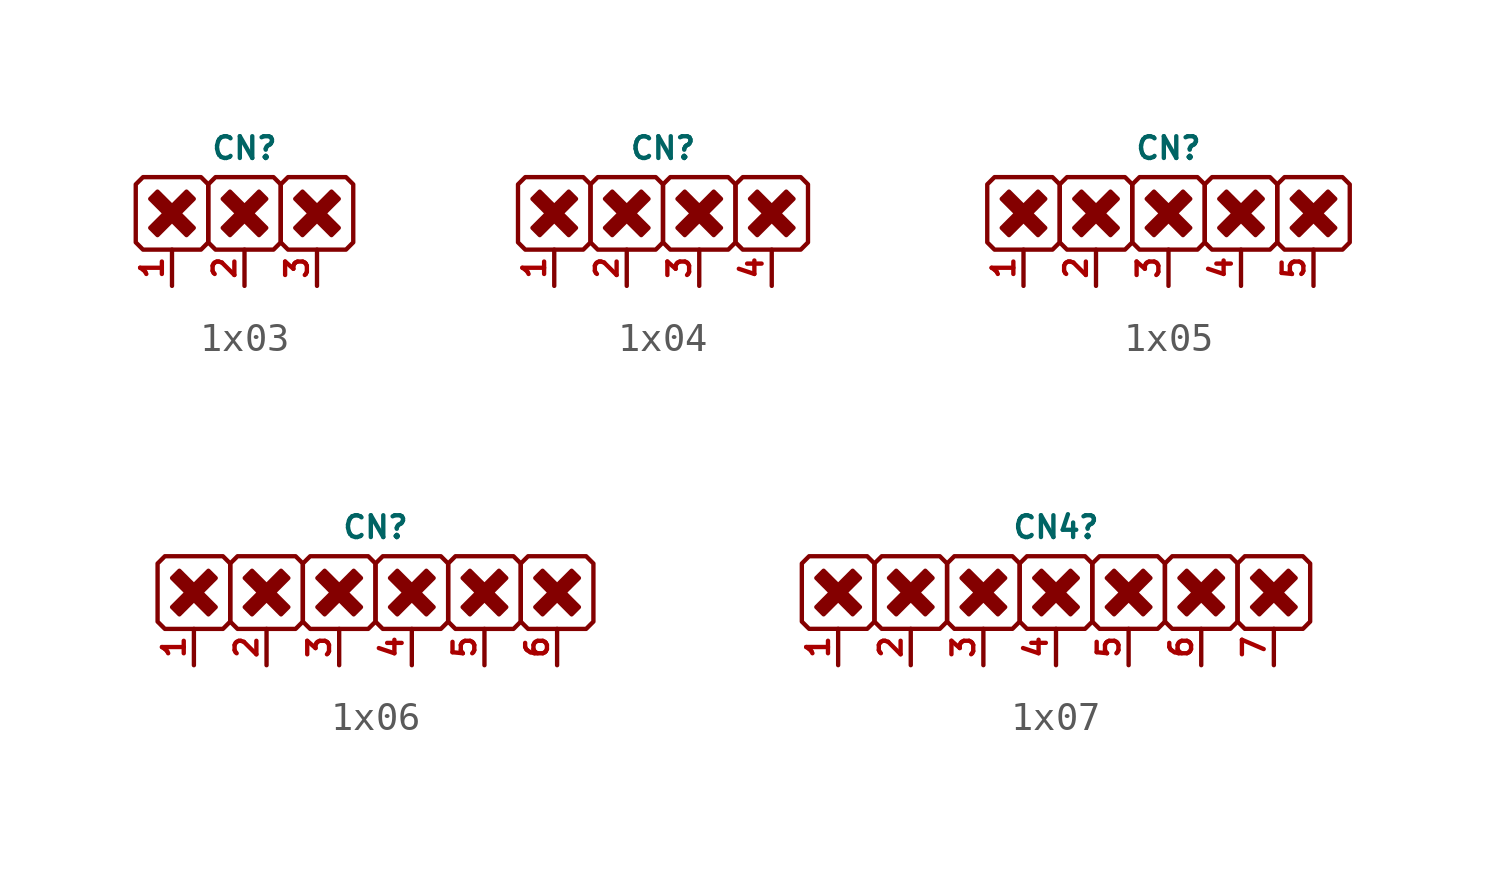
<source format=kicad_sym>
(kicad_symbol_lib
  (version 20220914)
  (generator kicad_symbol_editor)
  (symbol "1x03"
    (pin_names
      (offset 0) hide)
    (property "Reference" "CN"
      (at 0 4.826 0)
      (effects (font (size 0.762 0.762))))
    (symbol "1x03_0_1"
      (polyline (pts (xy -2.54 1.27) (xy -3.556 1.27) (xy -3.81 1.524) (xy -3.81 3.556) (xy -3.556 3.81) (xy -1.524 3.81) (xy -1.27 3.556) (xy -1.27 1.524) (xy -1.524 1.27) (xy -2.54 1.27)) (stroke (width 0) (type solid)) (fill (type none)))
      (polyline (pts (xy 0 1.27) (xy -1.016 1.27) (xy -1.27 1.524) (xy -1.27 3.556) (xy -1.016 3.81) (xy 1.016 3.81) (xy 1.27 3.556) (xy 1.27 1.524) (xy 1.016 1.27) (xy 0 1.27)) (stroke (width 0) (type solid)) (fill (type none)))
      (polyline (pts (xy 2.54 1.27) (xy 1.524 1.27) (xy 1.27 1.524) (xy 1.27 3.556) (xy 1.524 3.81) (xy 3.556 3.81) (xy 3.81 3.556) (xy 3.81 1.524) (xy 3.556 1.27) (xy 2.54 1.27)) (stroke (width 0) (type solid)) (fill (type none)))
      (polyline (pts (xy -3.048 1.778) (xy -3.302 2.032) (xy -2.794 2.54) (xy -3.302 3.048) (xy -3.048 3.302) (xy -2.54 2.794) (xy -2.032 3.302) (xy -1.778 3.048) (xy -2.286 2.54) (xy -1.778 2.032) (xy -2.032 1.778) (xy -2.54 2.286) (xy -3.048 1.778)) (stroke (width 0) (type solid)) (fill (type outline)))
      (polyline (pts (xy -0.508 1.778) (xy -0.762 2.032) (xy -0.254 2.54) (xy -0.762 3.048) (xy -0.508 3.302) (xy 0 2.794) (xy 0.508 3.302) (xy 0.762 3.048) (xy 0.254 2.54) (xy 0.762 2.032) (xy 0.508 1.778) (xy 0 2.286) (xy -0.508 1.778)) (stroke (width 0) (type solid)) (fill (type outline)))
      (polyline (pts (xy 2.032 1.778) (xy 1.778 2.032) (xy 2.286 2.54) (xy 1.778 3.048) (xy 2.032 3.302) (xy 2.54 2.794) (xy 3.048 3.302) (xy 3.302 3.048) (xy 2.794 2.54) (xy 3.302 2.032) (xy 3.048 1.778) (xy 2.54 2.286) (xy 2.032 1.778)) (stroke (width 0) (type solid)) (fill (type outline))))
    (symbol "1x03_1_1"
      (pin passive line (at -2.54 0 90) (length 1.27) (name "1" (effects (font (size 0.762 0.762)))) (number "1" (effects (font (size 0.762 0.762)))))
      (pin passive line (at 0 0 90) (length 1.27) (name "2" (effects (font (size 0.762 0.762)))) (number "2" (effects (font (size 0.762 0.762)))))
      (pin passive line (at 2.54 0 90) (length 1.27) (name "3" (effects (font (size 0.762 0.762)))) (number "3" (effects (font (size 0.762 0.762)))))))
  (symbol "1x04"
    (pin_names
      (offset 0) hide)
    (property "Reference" "CN"
      (at 0 4.826 0)
      (effects (font (size 0.762 0.762))))
    (symbol "1x04_0_1"
      (polyline (pts (xy -3.81 1.27) (xy -4.826 1.27) (xy -5.08 1.524) (xy -5.08 3.556) (xy -4.826 3.81) (xy -2.794 3.81) (xy -2.54 3.556) (xy -2.54 1.524) (xy -2.794 1.27) (xy -3.81 1.27)) (stroke (width 0) (type solid)) (fill (type none)))
      (polyline (pts (xy -1.27 1.27) (xy -2.286 1.27) (xy -2.54 1.524) (xy -2.54 3.556) (xy -2.286 3.81) (xy -0.254 3.81) (xy 0 3.556) (xy 0 1.524) (xy -0.254 1.27) (xy -1.27 1.27)) (stroke (width 0) (type solid)) (fill (type none)))
      (polyline (pts (xy 1.27 1.27) (xy 0.254 1.27) (xy 0 1.524) (xy 0 3.556) (xy 0.254 3.81) (xy 2.286 3.81) (xy 2.54 3.556) (xy 2.54 1.524) (xy 2.286 1.27) (xy 1.27 1.27)) (stroke (width 0) (type solid)) (fill (type none)))
      (polyline (pts (xy 3.81 1.27) (xy 2.794 1.27) (xy 2.54 1.524) (xy 2.54 3.556) (xy 2.794 3.81) (xy 4.826 3.81) (xy 5.08 3.556) (xy 5.08 1.524) (xy 4.826 1.27) (xy 3.81 1.27)) (stroke (width 0) (type solid)) (fill (type none)))
      (polyline (pts (xy -4.318 1.778) (xy -4.572 2.032) (xy -4.064 2.54) (xy -4.572 3.048) (xy -4.318 3.302) (xy -3.81 2.794) (xy -3.302 3.302) (xy -3.048 3.048) (xy -3.556 2.54) (xy -3.048 2.032) (xy -3.302 1.778) (xy -3.81 2.286) (xy -4.318 1.778)) (stroke (width 0) (type solid)) (fill (type outline)))
      (polyline (pts (xy -1.778 1.778) (xy -2.032 2.032) (xy -1.524 2.54) (xy -2.032 3.048) (xy -1.778 3.302) (xy -1.27 2.794) (xy -0.762 3.302) (xy -0.508 3.048) (xy -1.016 2.54) (xy -0.508 2.032) (xy -0.762 1.778) (xy -1.27 2.286) (xy -1.778 1.778)) (stroke (width 0) (type solid)) (fill (type outline)))
      (polyline (pts (xy 0.762 1.778) (xy 0.508 2.032) (xy 1.016 2.54) (xy 0.508 3.048) (xy 0.762 3.302) (xy 1.27 2.794) (xy 1.778 3.302) (xy 2.032 3.048) (xy 1.524 2.54) (xy 2.032 2.032) (xy 1.778 1.778) (xy 1.27 2.286) (xy 0.762 1.778)) (stroke (width 0) (type solid)) (fill (type outline)))
      (polyline (pts (xy 3.302 1.778) (xy 3.048 2.032) (xy 3.556 2.54) (xy 3.048 3.048) (xy 3.302 3.302) (xy 3.81 2.794) (xy 4.318 3.302) (xy 4.572 3.048) (xy 4.064 2.54) (xy 4.572 2.032) (xy 4.318 1.778) (xy 3.81 2.286) (xy 3.302 1.778)) (stroke (width 0) (type solid)) (fill (type outline))))
    (symbol "1x04_1_1"
      (pin passive line (at -3.81 0 90) (length 1.27) (name "1" (effects (font (size 0.762 0.762)))) (number "1" (effects (font (size 0.762 0.762)))))
      (pin passive line (at -1.27 0 90) (length 1.27) (name "2" (effects (font (size 0.762 0.762)))) (number "2" (effects (font (size 0.762 0.762)))))
      (pin passive line (at 1.27 0 90) (length 1.27) (name "3" (effects (font (size 0.762 0.762)))) (number "3" (effects (font (size 0.762 0.762)))))
      (pin passive line (at 3.81 0 90) (length 1.27) (name "4" (effects (font (size 0.762 0.762)))) (number "4" (effects (font (size 0.762 0.762)))))))
  (symbol "1x05"
    (pin_names
      (offset 0) hide)
    (property "Reference" "CN"
      (at 0 4.826 0)
      (effects (font (size 0.762 0.762))))
    (symbol "1x05_0_1"
      (polyline (pts (xy -5.08 1.27) (xy -6.096 1.27) (xy -6.35 1.524) (xy -6.35 3.556) (xy -6.096 3.81) (xy -4.064 3.81) (xy -3.81 3.556) (xy -3.81 1.524) (xy -4.064 1.27) (xy -5.08 1.27)) (stroke (width 0) (type solid)) (fill (type none)))
      (polyline (pts (xy -2.54 1.27) (xy -3.556 1.27) (xy -3.81 1.524) (xy -3.81 3.556) (xy -3.556 3.81) (xy -1.524 3.81) (xy -1.27 3.556) (xy -1.27 1.524) (xy -1.524 1.27) (xy -2.54 1.27)) (stroke (width 0) (type solid)) (fill (type none)))
      (polyline (pts (xy 0 1.27) (xy -1.016 1.27) (xy -1.27 1.524) (xy -1.27 3.556) (xy -1.016 3.81) (xy 1.016 3.81) (xy 1.27 3.556) (xy 1.27 1.524) (xy 1.016 1.27) (xy 0 1.27)) (stroke (width 0) (type solid)) (fill (type none)))
      (polyline (pts (xy 2.54 1.27) (xy 1.524 1.27) (xy 1.27 1.524) (xy 1.27 3.556) (xy 1.524 3.81) (xy 3.556 3.81) (xy 3.81 3.556) (xy 3.81 1.524) (xy 3.556 1.27) (xy 2.54 1.27)) (stroke (width 0) (type solid)) (fill (type none)))
      (polyline (pts (xy 5.08 1.27) (xy 4.064 1.27) (xy 3.81 1.524) (xy 3.81 3.556) (xy 4.064 3.81) (xy 6.096 3.81) (xy 6.35 3.556) (xy 6.35 1.524) (xy 6.096 1.27) (xy 5.08 1.27)) (stroke (width 0) (type solid)) (fill (type none)))
      (polyline (pts (xy -5.588 1.778) (xy -5.842 2.032) (xy -5.334 2.54) (xy -5.842 3.048) (xy -5.588 3.302) (xy -5.08 2.794) (xy -4.572 3.302) (xy -4.318 3.048) (xy -4.826 2.54) (xy -4.318 2.032) (xy -4.572 1.778) (xy -5.08 2.286) (xy -5.588 1.778)) (stroke (width 0) (type solid)) (fill (type outline)))
      (polyline (pts (xy -3.048 1.778) (xy -3.302 2.032) (xy -2.794 2.54) (xy -3.302 3.048) (xy -3.048 3.302) (xy -2.54 2.794) (xy -2.032 3.302) (xy -1.778 3.048) (xy -2.286 2.54) (xy -1.778 2.032) (xy -2.032 1.778) (xy -2.54 2.286) (xy -3.048 1.778)) (stroke (width 0) (type solid)) (fill (type outline)))
      (polyline (pts (xy -0.508 1.778) (xy -0.762 2.032) (xy -0.254 2.54) (xy -0.762 3.048) (xy -0.508 3.302) (xy 0 2.794) (xy 0.508 3.302) (xy 0.762 3.048) (xy 0.254 2.54) (xy 0.762 2.032) (xy 0.508 1.778) (xy 0 2.286) (xy -0.508 1.778)) (stroke (width 0) (type solid)) (fill (type outline)))
      (polyline (pts (xy 2.032 1.778) (xy 1.778 2.032) (xy 2.286 2.54) (xy 1.778 3.048) (xy 2.032 3.302) (xy 2.54 2.794) (xy 3.048 3.302) (xy 3.302 3.048) (xy 2.794 2.54) (xy 3.302 2.032) (xy 3.048 1.778) (xy 2.54 2.286) (xy 2.032 1.778)) (stroke (width 0) (type solid)) (fill (type outline)))
      (polyline (pts (xy 4.572 1.778) (xy 4.318 2.032) (xy 4.826 2.54) (xy 4.318 3.048) (xy 4.572 3.302) (xy 5.08 2.794) (xy 5.588 3.302) (xy 5.842 3.048) (xy 5.334 2.54) (xy 5.842 2.032) (xy 5.588 1.778) (xy 5.08 2.286) (xy 4.572 1.778)) (stroke (width 0) (type solid)) (fill (type outline))))
    (symbol "1x05_1_1"
      (pin passive line (at -5.08 0 90) (length 1.27) (name "1" (effects (font (size 0.762 0.762)))) (number "1" (effects (font (size 0.762 0.762)))))
      (pin passive line (at -2.54 0 90) (length 1.27) (name "2" (effects (font (size 0.762 0.762)))) (number "2" (effects (font (size 0.762 0.762)))))
      (pin passive line (at 0 0 90) (length 1.27) (name "3" (effects (font (size 0.762 0.762)))) (number "3" (effects (font (size 0.762 0.762)))))
      (pin passive line (at 2.54 0 90) (length 1.27) (name "4" (effects (font (size 0.762 0.762)))) (number "4" (effects (font (size 0.762 0.762)))))
      (pin passive line (at 5.08 0 90) (length 1.27) (name "5" (effects (font (size 0.762 0.762)))) (number "5" (effects (font (size 0.762 0.762)))))))
  (symbol "1x06"
    (pin_names
      (offset 0) hide)
    (property "Reference" "CN"
      (at 0 4.826 0)
      (effects (font (size 0.762 0.762))))
    (symbol "1x06_0_1"
      (polyline (pts (xy -6.35 1.27) (xy -7.366 1.27) (xy -7.62 1.524) (xy -7.62 3.556) (xy -7.366 3.81) (xy -5.334 3.81) (xy -5.08 3.556) (xy -5.08 1.524) (xy -5.334 1.27) (xy -6.35 1.27)) (stroke (width 0) (type solid)) (fill (type none)))
      (polyline (pts (xy -3.81 1.27) (xy -4.826 1.27) (xy -5.08 1.524) (xy -5.08 3.556) (xy -4.826 3.81) (xy -2.794 3.81) (xy -2.54 3.556) (xy -2.54 1.524) (xy -2.794 1.27) (xy -3.81 1.27)) (stroke (width 0) (type solid)) (fill (type none)))
      (polyline (pts (xy -1.27 1.27) (xy -2.286 1.27) (xy -2.54 1.524) (xy -2.54 3.556) (xy -2.286 3.81) (xy -0.254 3.81) (xy 0 3.556) (xy 0 1.524) (xy -0.254 1.27) (xy -1.27 1.27)) (stroke (width 0) (type solid)) (fill (type none)))
      (polyline (pts (xy 1.27 1.27) (xy 0.254 1.27) (xy 0 1.524) (xy 0 3.556) (xy 0.254 3.81) (xy 2.286 3.81) (xy 2.54 3.556) (xy 2.54 1.524) (xy 2.286 1.27) (xy 1.27 1.27)) (stroke (width 0) (type solid)) (fill (type none)))
      (polyline (pts (xy 3.81 1.27) (xy 2.794 1.27) (xy 2.54 1.524) (xy 2.54 3.556) (xy 2.794 3.81) (xy 4.826 3.81) (xy 5.08 3.556) (xy 5.08 1.524) (xy 4.826 1.27) (xy 3.81 1.27)) (stroke (width 0) (type solid)) (fill (type none)))
      (polyline (pts (xy 6.35 1.27) (xy 5.334 1.27) (xy 5.08 1.524) (xy 5.08 3.556) (xy 5.334 3.81) (xy 7.366 3.81) (xy 7.62 3.556) (xy 7.62 1.524) (xy 7.366 1.27) (xy 6.35 1.27)) (stroke (width 0) (type solid)) (fill (type none)))
      (polyline (pts (xy -6.858 1.778) (xy -7.112 2.032) (xy -6.604 2.54) (xy -7.112 3.048) (xy -6.858 3.302) (xy -6.35 2.794) (xy -5.842 3.302) (xy -5.588 3.048) (xy -6.096 2.54) (xy -5.588 2.032) (xy -5.842 1.778) (xy -6.35 2.286) (xy -6.858 1.778)) (stroke (width 0) (type solid)) (fill (type outline)))
      (polyline (pts (xy -4.318 1.778) (xy -4.572 2.032) (xy -4.064 2.54) (xy -4.572 3.048) (xy -4.318 3.302) (xy -3.81 2.794) (xy -3.302 3.302) (xy -3.048 3.048) (xy -3.556 2.54) (xy -3.048 2.032) (xy -3.302 1.778) (xy -3.81 2.286) (xy -4.318 1.778)) (stroke (width 0) (type solid)) (fill (type outline)))
      (polyline (pts (xy -1.778 1.778) (xy -2.032 2.032) (xy -1.524 2.54) (xy -2.032 3.048) (xy -1.778 3.302) (xy -1.27 2.794) (xy -0.762 3.302) (xy -0.508 3.048) (xy -1.016 2.54) (xy -0.508 2.032) (xy -0.762 1.778) (xy -1.27 2.286) (xy -1.778 1.778)) (stroke (width 0) (type solid)) (fill (type outline)))
      (polyline (pts (xy 0.762 1.778) (xy 0.508 2.032) (xy 1.016 2.54) (xy 0.508 3.048) (xy 0.762 3.302) (xy 1.27 2.794) (xy 1.778 3.302) (xy 2.032 3.048) (xy 1.524 2.54) (xy 2.032 2.032) (xy 1.778 1.778) (xy 1.27 2.286) (xy 0.762 1.778)) (stroke (width 0) (type solid)) (fill (type outline)))
      (polyline (pts (xy 3.302 1.778) (xy 3.048 2.032) (xy 3.556 2.54) (xy 3.048 3.048) (xy 3.302 3.302) (xy 3.81 2.794) (xy 4.318 3.302) (xy 4.572 3.048) (xy 4.064 2.54) (xy 4.572 2.032) (xy 4.318 1.778) (xy 3.81 2.286) (xy 3.302 1.778)) (stroke (width 0) (type solid)) (fill (type outline)))
      (polyline (pts (xy 5.842 1.778) (xy 5.588 2.032) (xy 6.096 2.54) (xy 5.588 3.048) (xy 5.842 3.302) (xy 6.35 2.794) (xy 6.858 3.302) (xy 7.112 3.048) (xy 6.604 2.54) (xy 7.112 2.032) (xy 6.858 1.778) (xy 6.35 2.286) (xy 5.842 1.778)) (stroke (width 0) (type solid)) (fill (type outline))))
    (symbol "1x06_1_1"
      (pin passive line (at -6.35 0 90) (length 1.27) (name "1" (effects (font (size 0.762 0.762)))) (number "1" (effects (font (size 0.762 0.762)))))
      (pin passive line (at -3.81 0 90) (length 1.27) (name "2" (effects (font (size 0.762 0.762)))) (number "2" (effects (font (size 0.762 0.762)))))
      (pin passive line (at -1.27 0 90) (length 1.27) (name "3" (effects (font (size 0.762 0.762)))) (number "3" (effects (font (size 0.762 0.762)))))
      (pin passive line (at 1.27 0 90) (length 1.27) (name "4" (effects (font (size 0.762 0.762)))) (number "4" (effects (font (size 0.762 0.762)))))
      (pin passive line (at 3.81 0 90) (length 1.27) (name "5" (effects (font (size 0.762 0.762)))) (number "5" (effects (font (size 0.762 0.762)))))
      (pin passive line (at 6.35 0 90) (length 1.27) (name "6" (effects (font (size 0.762 0.762)))) (number "6" (effects (font (size 0.762 0.762)))))))
  (symbol "1x07"
    (pin_names
      (offset 0) hide)
    (property "Reference" "CN4"
      (at 0 4.826 0)
      (effects (font (size 0.762 0.762))))
    (symbol "1x07_0_1"
      (polyline (pts (xy -7.62 1.27) (xy -8.636 1.27) (xy -8.89 1.524) (xy -8.89 3.556) (xy -8.636 3.81) (xy -6.604 3.81) (xy -6.35 3.556) (xy -6.35 1.524) (xy -6.604 1.27) (xy -7.62 1.27)) (stroke (width 0) (type solid)) (fill (type none)))
      (polyline (pts (xy -5.08 1.27) (xy -6.096 1.27) (xy -6.35 1.524) (xy -6.35 3.556) (xy -6.096 3.81) (xy -4.064 3.81) (xy -3.81 3.556) (xy -3.81 1.524) (xy -4.064 1.27) (xy -5.08 1.27)) (stroke (width 0) (type solid)) (fill (type none)))
      (polyline (pts (xy -2.54 1.27) (xy -3.556 1.27) (xy -3.81 1.524) (xy -3.81 3.556) (xy -3.556 3.81) (xy -1.524 3.81) (xy -1.27 3.556) (xy -1.27 1.524) (xy -1.524 1.27) (xy -2.54 1.27)) (stroke (width 0) (type solid)) (fill (type none)))
      (polyline (pts (xy 0 1.27) (xy -1.016 1.27) (xy -1.27 1.524) (xy -1.27 3.556) (xy -1.016 3.81) (xy 1.016 3.81) (xy 1.27 3.556) (xy 1.27 1.524) (xy 1.016 1.27) (xy 0 1.27)) (stroke (width 0) (type solid)) (fill (type none)))
      (polyline (pts (xy 2.54 1.27) (xy 1.524 1.27) (xy 1.27 1.524) (xy 1.27 3.556) (xy 1.524 3.81) (xy 3.556 3.81) (xy 3.81 3.556) (xy 3.81 1.524) (xy 3.556 1.27) (xy 2.54 1.27)) (stroke (width 0) (type solid)) (fill (type none)))
      (polyline (pts (xy 5.08 1.27) (xy 4.064 1.27) (xy 3.81 1.524) (xy 3.81 3.556) (xy 4.064 3.81) (xy 6.096 3.81) (xy 6.35 3.556) (xy 6.35 1.524) (xy 6.096 1.27) (xy 5.08 1.27)) (stroke (width 0) (type solid)) (fill (type none)))
      (polyline (pts (xy 7.62 1.27) (xy 6.604 1.27) (xy 6.35 1.524) (xy 6.35 3.556) (xy 6.604 3.81) (xy 8.636 3.81) (xy 8.89 3.556) (xy 8.89 1.524) (xy 8.636 1.27) (xy 7.62 1.27)) (stroke (width 0) (type solid)) (fill (type none)))
      (polyline (pts (xy -8.128 1.778) (xy -8.382 2.032) (xy -7.874 2.54) (xy -8.382 3.048) (xy -8.128 3.302) (xy -7.62 2.794) (xy -7.112 3.302) (xy -6.858 3.048) (xy -7.366 2.54) (xy -6.858 2.032) (xy -7.112 1.778) (xy -7.62 2.286) (xy -8.128 1.778)) (stroke (width 0) (type solid)) (fill (type outline)))
      (polyline (pts (xy -5.588 1.778) (xy -5.842 2.032) (xy -5.334 2.54) (xy -5.842 3.048) (xy -5.588 3.302) (xy -5.08 2.794) (xy -4.572 3.302) (xy -4.318 3.048) (xy -4.826 2.54) (xy -4.318 2.032) (xy -4.572 1.778) (xy -5.08 2.286) (xy -5.588 1.778)) (stroke (width 0) (type solid)) (fill (type outline)))
      (polyline (pts (xy -3.048 1.778) (xy -3.302 2.032) (xy -2.794 2.54) (xy -3.302 3.048) (xy -3.048 3.302) (xy -2.54 2.794) (xy -2.032 3.302) (xy -1.778 3.048) (xy -2.286 2.54) (xy -1.778 2.032) (xy -2.032 1.778) (xy -2.54 2.286) (xy -3.048 1.778)) (stroke (width 0) (type solid)) (fill (type outline)))
      (polyline (pts (xy -0.508 1.778) (xy -0.762 2.032) (xy -0.254 2.54) (xy -0.762 3.048) (xy -0.508 3.302) (xy 0 2.794) (xy 0.508 3.302) (xy 0.762 3.048) (xy 0.254 2.54) (xy 0.762 2.032) (xy 0.508 1.778) (xy 0 2.286) (xy -0.508 1.778)) (stroke (width 0) (type solid)) (fill (type outline)))
      (polyline (pts (xy 2.032 1.778) (xy 1.778 2.032) (xy 2.286 2.54) (xy 1.778 3.048) (xy 2.032 3.302) (xy 2.54 2.794) (xy 3.048 3.302) (xy 3.302 3.048) (xy 2.794 2.54) (xy 3.302 2.032) (xy 3.048 1.778) (xy 2.54 2.286) (xy 2.032 1.778)) (stroke (width 0) (type solid)) (fill (type outline)))
      (polyline (pts (xy 4.572 1.778) (xy 4.318 2.032) (xy 4.826 2.54) (xy 4.318 3.048) (xy 4.572 3.302) (xy 5.08 2.794) (xy 5.588 3.302) (xy 5.842 3.048) (xy 5.334 2.54) (xy 5.842 2.032) (xy 5.588 1.778) (xy 5.08 2.286) (xy 4.572 1.778)) (stroke (width 0) (type solid)) (fill (type outline)))
      (polyline (pts (xy 7.112 1.778) (xy 6.858 2.032) (xy 7.366 2.54) (xy 6.858 3.048) (xy 7.112 3.302) (xy 7.62 2.794) (xy 8.128 3.302) (xy 8.382 3.048) (xy 7.874 2.54) (xy 8.382 2.032) (xy 8.128 1.778) (xy 7.62 2.286) (xy 7.112 1.778)) (stroke (width 0) (type solid)) (fill (type outline))))
    (symbol "1x07_1_1"
      (pin passive line (at -7.62 0 90) (length 1.27) (name "1" (effects (font (size 0.762 0.762)))) (number "1" (effects (font (size 0.762 0.762)))))
      (pin passive line (at -5.08 0 90) (length 1.27) (name "2" (effects (font (size 0.762 0.762)))) (number "2" (effects (font (size 0.762 0.762)))))
      (pin passive line (at -2.54 0 90) (length 1.27) (name "3" (effects (font (size 0.762 0.762)))) (number "3" (effects (font (size 0.762 0.762)))))
      (pin passive line (at 0 0 90) (length 1.27) (name "4" (effects (font (size 0.762 0.762)))) (number "4" (effects (font (size 0.762 0.762)))))
      (pin passive line (at 2.54 0 90) (length 1.27) (name "5" (effects (font (size 0.762 0.762)))) (number "5" (effects (font (size 0.762 0.762)))))
      (pin passive line (at 5.08 0 90) (length 1.27) (name "6" (effects (font (size 0.762 0.762)))) (number "6" (effects (font (size 0.762 0.762)))))
      (pin passive line (at 7.62 0 90) (length 1.27) (name "7" (effects (font (size 0.762 0.762)))) (number "7" (effects (font (size 0.762 0.762))))))))
</source>
